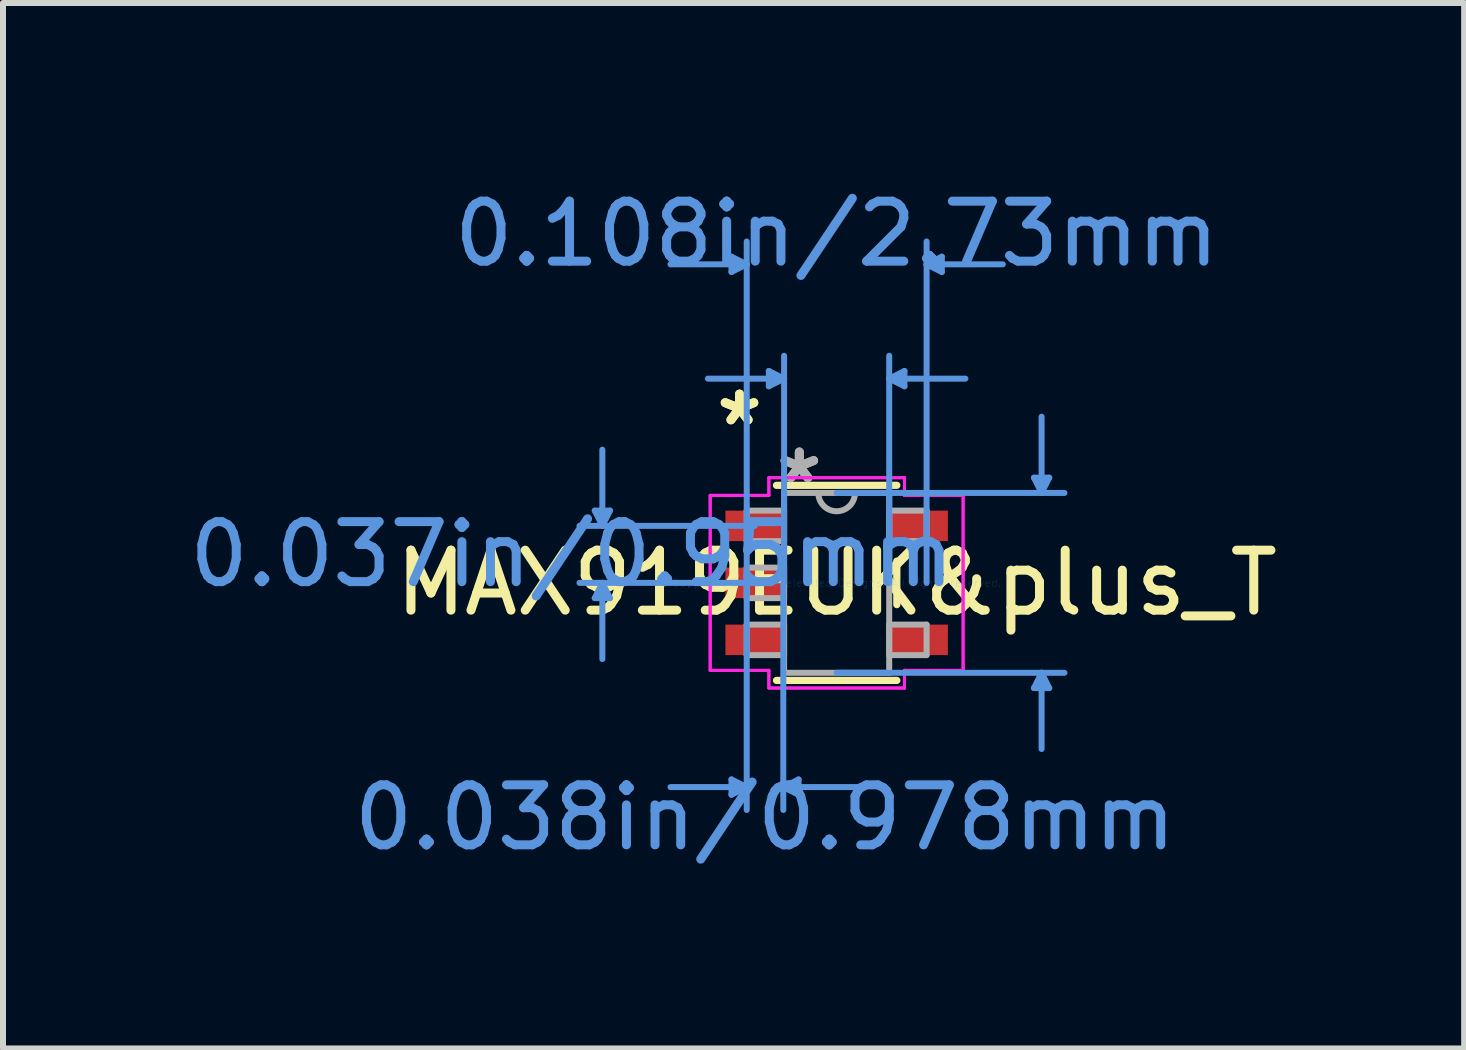
<source format=kicad_pcb>
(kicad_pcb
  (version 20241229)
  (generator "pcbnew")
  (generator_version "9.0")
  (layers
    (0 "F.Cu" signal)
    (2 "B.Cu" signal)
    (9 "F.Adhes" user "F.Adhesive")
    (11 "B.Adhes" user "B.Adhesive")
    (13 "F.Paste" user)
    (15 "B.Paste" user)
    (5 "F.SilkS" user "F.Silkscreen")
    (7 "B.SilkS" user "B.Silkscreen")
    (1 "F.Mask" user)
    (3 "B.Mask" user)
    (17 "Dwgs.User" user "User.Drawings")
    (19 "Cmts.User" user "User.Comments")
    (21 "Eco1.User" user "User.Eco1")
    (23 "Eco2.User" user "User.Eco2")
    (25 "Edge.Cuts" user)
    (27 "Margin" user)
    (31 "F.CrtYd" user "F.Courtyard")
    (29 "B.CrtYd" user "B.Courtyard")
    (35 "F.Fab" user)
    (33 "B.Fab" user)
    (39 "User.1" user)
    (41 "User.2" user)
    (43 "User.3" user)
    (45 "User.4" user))
  (footprint "MAX919EUK&plus_T"
    (layer "F.Cu")
    (at 10.895 6.665)
    (property "Reference" "MAX919EUK&plus_T" (at 0 0 0) (layer "F.SilkS") (effects (font (size 1 1) (thickness 0.15))))
    (attr through_hole)
    (fp_line (start -1.003 1.626) (end 1.003 1.626) (stroke (width 0.12) (type solid)) (layer "F.SilkS"))
    (fp_line (start 1.003 -1.626) (end -1.003 -1.626) (stroke (width 0.12) (type solid)) (layer "F.SilkS"))
    (fp_line (start 1.003 0.363) (end 1.003 -0.363) (stroke (width 0.12) (type solid)) (layer "F.SilkS"))
    (fp_line (start -4.032 -1.204) (end -3.778 -1.204) (stroke (width 0.1) (type solid)) (layer "Cmts.User"))
    (fp_line (start -4.032 0.254) (end -3.778 0.254) (stroke (width 0.1) (type solid)) (layer "Cmts.User"))
    (fp_line (start -3.905 -0.95) (end -4.032 -1.204) (stroke (width 0.1) (type solid)) (layer "Cmts.User"))
    (fp_line (start -3.905 -0.95) (end -3.905 -2.22) (stroke (width 0.1) (type solid)) (layer "Cmts.User"))
    (fp_line (start -3.905 -0.95) (end -3.778 -1.204) (stroke (width 0.1) (type solid)) (layer "Cmts.User"))
    (fp_line (start -3.905 0) (end -4.032 0.254) (stroke (width 0.1) (type solid)) (layer "Cmts.User"))
    (fp_line (start -3.905 0) (end -3.905 1.27) (stroke (width 0.1) (type solid)) (layer "Cmts.User"))
    (fp_line (start -3.905 0) (end -3.778 0.254) (stroke (width 0.1) (type solid)) (layer "Cmts.User"))
    (fp_line (start -1.753 -5.436) (end -1.753 -5.182) (stroke (width 0.1) (type solid)) (layer "Cmts.User"))
    (fp_line (start -1.753 3.277) (end -1.753 3.531) (stroke (width 0.1) (type solid)) (layer "Cmts.User"))
    (fp_line (start -1.499 -5.309) (end -2.769 -5.309) (stroke (width 0.1) (type solid)) (layer "Cmts.User"))
    (fp_line (start -1.499 -5.309) (end -1.753 -5.436) (stroke (width 0.1) (type solid)) (layer "Cmts.User"))
    (fp_line (start -1.499 -5.309) (end -1.753 -5.182) (stroke (width 0.1) (type solid)) (layer "Cmts.User"))
    (fp_line (start -1.499 0) (end -1.499 -5.69) (stroke (width 0.1) (type solid)) (layer "Cmts.User"))
    (fp_line (start -1.499 0) (end -1.499 3.785) (stroke (width 0.1) (type solid)) (layer "Cmts.User"))
    (fp_line (start -1.499 3.404) (end -2.769 3.404) (stroke (width 0.1) (type solid)) (layer "Cmts.User"))
    (fp_line (start -1.499 3.404) (end -1.753 3.277) (stroke (width 0.1) (type solid)) (layer "Cmts.User"))
    (fp_line (start -1.499 3.404) (end -1.753 3.531) (stroke (width 0.1) (type solid)) (layer "Cmts.User"))
    (fp_line (start -1.365 -0.95) (end -4.286 -0.95) (stroke (width 0.1) (type solid)) (layer "Cmts.User"))
    (fp_line (start -1.365 0) (end -4.286 0) (stroke (width 0.1) (type solid)) (layer "Cmts.User"))
    (fp_line (start -1.13 -3.531) (end -1.13 -3.277) (stroke (width 0.1) (type solid)) (layer "Cmts.User"))
    (fp_line (start -0.889 0) (end -0.889 3.785) (stroke (width 0.1) (type solid)) (layer "Cmts.User"))
    (fp_line (start -0.889 3.404) (end -0.635 3.277) (stroke (width 0.1) (type solid)) (layer "Cmts.User"))
    (fp_line (start -0.889 3.404) (end -0.635 3.531) (stroke (width 0.1) (type solid)) (layer "Cmts.User"))
    (fp_line (start -0.889 3.404) (end 0.381 3.404) (stroke (width 0.1) (type solid)) (layer "Cmts.User"))
    (fp_line (start -0.876 -3.404) (end -2.146 -3.404) (stroke (width 0.1) (type solid)) (layer "Cmts.User"))
    (fp_line (start -0.876 -3.404) (end -1.13 -3.531) (stroke (width 0.1) (type solid)) (layer "Cmts.User"))
    (fp_line (start -0.876 -3.404) (end -1.13 -3.277) (stroke (width 0.1) (type solid)) (layer "Cmts.User"))
    (fp_line (start -0.876 0) (end -0.876 -3.785) (stroke (width 0.1) (type solid)) (layer "Cmts.User"))
    (fp_line (start -0.635 3.277) (end -0.635 3.531) (stroke (width 0.1) (type solid)) (layer "Cmts.User"))
    (fp_line (start 0 -1.499) (end 3.797 -1.499) (stroke (width 0.1) (type solid)) (layer "Cmts.User"))
    (fp_line (start 0 1.499) (end 3.797 1.499) (stroke (width 0.1) (type solid)) (layer "Cmts.User"))
    (fp_line (start 0.876 -3.404) (end 1.13 -3.531) (stroke (width 0.1) (type solid)) (layer "Cmts.User"))
    (fp_line (start 0.876 -3.404) (end 1.13 -3.277) (stroke (width 0.1) (type solid)) (layer "Cmts.User"))
    (fp_line (start 0.876 -3.404) (end 2.146 -3.404) (stroke (width 0.1) (type solid)) (layer "Cmts.User"))
    (fp_line (start 0.876 0) (end 0.876 -3.785) (stroke (width 0.1) (type solid)) (layer "Cmts.User"))
    (fp_line (start 1.13 -3.531) (end 1.13 -3.277) (stroke (width 0.1) (type solid)) (layer "Cmts.User"))
    (fp_line (start 1.499 -5.309) (end 1.753 -5.436) (stroke (width 0.1) (type solid)) (layer "Cmts.User"))
    (fp_line (start 1.499 -5.309) (end 1.753 -5.182) (stroke (width 0.1) (type solid)) (layer "Cmts.User"))
    (fp_line (start 1.499 -5.309) (end 2.769 -5.309) (stroke (width 0.1) (type solid)) (layer "Cmts.User"))
    (fp_line (start 1.499 0) (end 1.499 -5.69) (stroke (width 0.1) (type solid)) (layer "Cmts.User"))
    (fp_line (start 1.753 -5.436) (end 1.753 -5.182) (stroke (width 0.1) (type solid)) (layer "Cmts.User"))
    (fp_line (start 3.289 -1.753) (end 3.543 -1.753) (stroke (width 0.1) (type solid)) (layer "Cmts.User"))
    (fp_line (start 3.289 1.753) (end 3.543 1.753) (stroke (width 0.1) (type solid)) (layer "Cmts.User"))
    (fp_line (start 3.416 -1.499) (end 3.289 -1.753) (stroke (width 0.1) (type solid)) (layer "Cmts.User"))
    (fp_line (start 3.416 -1.499) (end 3.416 -2.769) (stroke (width 0.1) (type solid)) (layer "Cmts.User"))
    (fp_line (start 3.416 -1.499) (end 3.543 -1.753) (stroke (width 0.1) (type solid)) (layer "Cmts.User"))
    (fp_line (start 3.416 1.499) (end 3.289 1.753) (stroke (width 0.1) (type solid)) (layer "Cmts.User"))
    (fp_line (start 3.416 1.499) (end 3.416 2.769) (stroke (width 0.1) (type solid)) (layer "Cmts.User"))
    (fp_line (start 3.416 1.499) (end 3.543 1.753) (stroke (width 0.1) (type solid)) (layer "Cmts.User"))
    (fp_line (start -2.108 -1.458) (end -1.13 -1.458) (stroke (width 0.05) (type solid)) (layer "F.CrtYd"))
    (fp_line (start -2.108 -1.458) (end -1.13 -1.458) (stroke (width 0.05) (type solid)) (layer "F.CrtYd"))
    (fp_line (start -2.108 1.458) (end -2.108 -1.458) (stroke (width 0.05) (type solid)) (layer "F.CrtYd"))
    (fp_line (start -2.108 1.458) (end -2.108 -1.458) (stroke (width 0.05) (type solid)) (layer "F.CrtYd"))
    (fp_line (start -1.13 -1.753) (end 1.13 -1.753) (stroke (width 0.05) (type solid)) (layer "F.CrtYd"))
    (fp_line (start -1.13 -1.753) (end 1.13 -1.753) (stroke (width 0.05) (type solid)) (layer "F.CrtYd"))
    (fp_line (start -1.13 -1.458) (end -1.13 -1.753) (stroke (width 0.05) (type solid)) (layer "F.CrtYd"))
    (fp_line (start -1.13 -1.458) (end -1.13 -1.753) (stroke (width 0.05) (type solid)) (layer "F.CrtYd"))
    (fp_line (start -1.13 1.458) (end -2.108 1.458) (stroke (width 0.05) (type solid)) (layer "F.CrtYd"))
    (fp_line (start -1.13 1.458) (end -2.108 1.458) (stroke (width 0.05) (type solid)) (layer "F.CrtYd"))
    (fp_line (start -1.13 1.753) (end -1.13 1.458) (stroke (width 0.05) (type solid)) (layer "F.CrtYd"))
    (fp_line (start -1.13 1.753) (end -1.13 1.458) (stroke (width 0.05) (type solid)) (layer "F.CrtYd"))
    (fp_line (start 1.13 -1.753) (end 1.13 -1.458) (stroke (width 0.05) (type solid)) (layer "F.CrtYd"))
    (fp_line (start 1.13 -1.753) (end 1.13 -1.458) (stroke (width 0.05) (type solid)) (layer "F.CrtYd"))
    (fp_line (start 1.13 -1.458) (end 2.108 -1.458) (stroke (width 0.05) (type solid)) (layer "F.CrtYd"))
    (fp_line (start 1.13 -1.458) (end 2.108 -1.458) (stroke (width 0.05) (type solid)) (layer "F.CrtYd"))
    (fp_line (start 1.13 1.458) (end 1.13 1.753) (stroke (width 0.05) (type solid)) (layer "F.CrtYd"))
    (fp_line (start 1.13 1.458) (end 1.13 1.753) (stroke (width 0.05) (type solid)) (layer "F.CrtYd"))
    (fp_line (start 1.13 1.753) (end -1.13 1.753) (stroke (width 0.05) (type solid)) (layer "F.CrtYd"))
    (fp_line (start 1.13 1.753) (end -1.13 1.753) (stroke (width 0.05) (type solid)) (layer "F.CrtYd"))
    (fp_line (start 2.108 -1.458) (end 2.108 1.458) (stroke (width 0.05) (type solid)) (layer "F.CrtYd"))
    (fp_line (start 2.108 -1.458) (end 2.108 1.458) (stroke (width 0.05) (type solid)) (layer "F.CrtYd"))
    (fp_line (start 2.108 1.458) (end 1.13 1.458) (stroke (width 0.05) (type solid)) (layer "F.CrtYd"))
    (fp_line (start 2.108 1.458) (end 1.13 1.458) (stroke (width 0.05) (type solid)) (layer "F.CrtYd"))
    (fp_line (start -1.499 -1.204) (end -1.499 -0.696) (stroke (width 0.1) (type solid)) (layer "F.Fab"))
    (fp_line (start -1.499 -0.696) (end -0.876 -0.696) (stroke (width 0.1) (type solid)) (layer "F.Fab"))
    (fp_line (start -1.499 -0.254) (end -1.499 0.254) (stroke (width 0.1) (type solid)) (layer "F.Fab"))
    (fp_line (start -1.499 0.254) (end -0.876 0.254) (stroke (width 0.1) (type solid)) (layer "F.Fab"))
    (fp_line (start -1.499 0.696) (end -1.499 1.204) (stroke (width 0.1) (type solid)) (layer "F.Fab"))
    (fp_line (start -1.499 1.204) (end -0.876 1.204) (stroke (width 0.1) (type solid)) (layer "F.Fab"))
    (fp_line (start -0.876 -1.499) (end -0.876 1.499) (stroke (width 0.1) (type solid)) (layer "F.Fab"))
    (fp_line (start -0.876 -1.204) (end -1.499 -1.204) (stroke (width 0.1) (type solid)) (layer "F.Fab"))
    (fp_line (start -0.876 -0.696) (end -0.876 -1.204) (stroke (width 0.1) (type solid)) (layer "F.Fab"))
    (fp_line (start -0.876 -0.254) (end -1.499 -0.254) (stroke (width 0.1) (type solid)) (layer "F.Fab"))
    (fp_line (start -0.876 0.254) (end -0.876 -0.254) (stroke (width 0.1) (type solid)) (layer "F.Fab"))
    (fp_line (start -0.876 0.696) (end -1.499 0.696) (stroke (width 0.1) (type solid)) (layer "F.Fab"))
    (fp_line (start -0.876 1.204) (end -0.876 0.696) (stroke (width 0.1) (type solid)) (layer "F.Fab"))
    (fp_line (start -0.876 1.499) (end 0.876 1.499) (stroke (width 0.1) (type solid)) (layer "F.Fab"))
    (fp_line (start 0.876 -1.499) (end -0.876 -1.499) (stroke (width 0.1) (type solid)) (layer "F.Fab"))
    (fp_line (start 0.876 -1.204) (end 0.876 -0.696) (stroke (width 0.1) (type solid)) (layer "F.Fab"))
    (fp_line (start 0.876 -0.696) (end 1.499 -0.696) (stroke (width 0.1) (type solid)) (layer "F.Fab"))
    (fp_line (start 0.876 0.696) (end 0.876 1.204) (stroke (width 0.1) (type solid)) (layer "F.Fab"))
    (fp_line (start 0.876 1.204) (end 1.499 1.204) (stroke (width 0.1) (type solid)) (layer "F.Fab"))
    (fp_line (start 0.876 1.499) (end 0.876 -1.499) (stroke (width 0.1) (type solid)) (layer "F.Fab"))
    (fp_line (start 1.499 -1.204) (end 0.876 -1.204) (stroke (width 0.1) (type solid)) (layer "F.Fab"))
    (fp_line (start 1.499 -0.696) (end 1.499 -1.204) (stroke (width 0.1) (type solid)) (layer "F.Fab"))
    (fp_line (start 1.499 0.696) (end 0.876 0.696) (stroke (width 0.1) (type solid)) (layer "F.Fab"))
    (fp_line (start 1.499 1.204) (end 1.499 0.696) (stroke (width 0.1) (type solid)) (layer "F.Fab"))
    (fp_arc (start 0.3048 -1.4986) (mid 0 -1.1938) (end -0.3048 -1.4986) (stroke (width 0.1) (type solid)) (layer "F.Fab"))
    (fp_text user "*" (at -1.619 -2.601 0) (layer "F.SilkS") (effects (font (size 1 1) (thickness 0.15))))
    (fp_text user "*" (at -1.619 -2.601 0) (layer "F.SilkS") (effects (font (size 1 1) (thickness 0.15))))
    (fp_text user "0.037in/0.95mm" (at -4.413 -0.475 0) (layer "Cmts.User") (effects (font (size 1 1) (thickness 0.15))))
    (fp_text user "0.038in/0.978mm" (at -1.194 3.912 0) (layer "Cmts.User") (effects (font (size 1 1) (thickness 0.15))))
    (fp_text user "Copyright 2021 Accelerated Designs. All rights reserved." (at 0 0 0) (layer "Cmts.User") (effects (font (size 0.127 0.127) (thickness 0.002))))
    (fp_text user "0.108in/2.73mm" (at 0 -5.817 0) (layer "Cmts.User") (effects (font (size 1 1) (thickness 0.15))))
    (fp_text user "*" (at -0.622 -1.636 0) (layer "F.Fab") (effects (font (size 1 1) (thickness 0.15))))
    (fp_text user "*" (at -0.622 -1.636 0) (layer "F.Fab") (effects (font (size 1 1) (thickness 0.15))))
    (pad "1" smd rect (at -1.365 -0.95) (size 0.978 0.508) (layers "F.Cu" "F.Mask" "F.Paste"))
    (pad "2" smd rect (at -1.365 0) (size 0.978 0.508) (layers "F.Cu" "F.Mask" "F.Paste"))
    (pad "3" smd rect (at -1.365 0.95) (size 0.978 0.508) (layers "F.Cu" "F.Mask" "F.Paste"))
    (pad "4" smd rect (at 1.365 0.95) (size 0.978 0.508) (layers "F.Cu" "F.Mask" "F.Paste"))
    (pad "5" smd rect (at 1.365 -0.95) (size 0.978 0.508) (layers "F.Cu" "F.Mask" "F.Paste")))
  (gr_rect
    (start -3 -3)
    (end 21.354 14.425)
    (stroke (width 0.1) (type default))
    (fill no)
    (layer "Edge.Cuts")))
</source>
